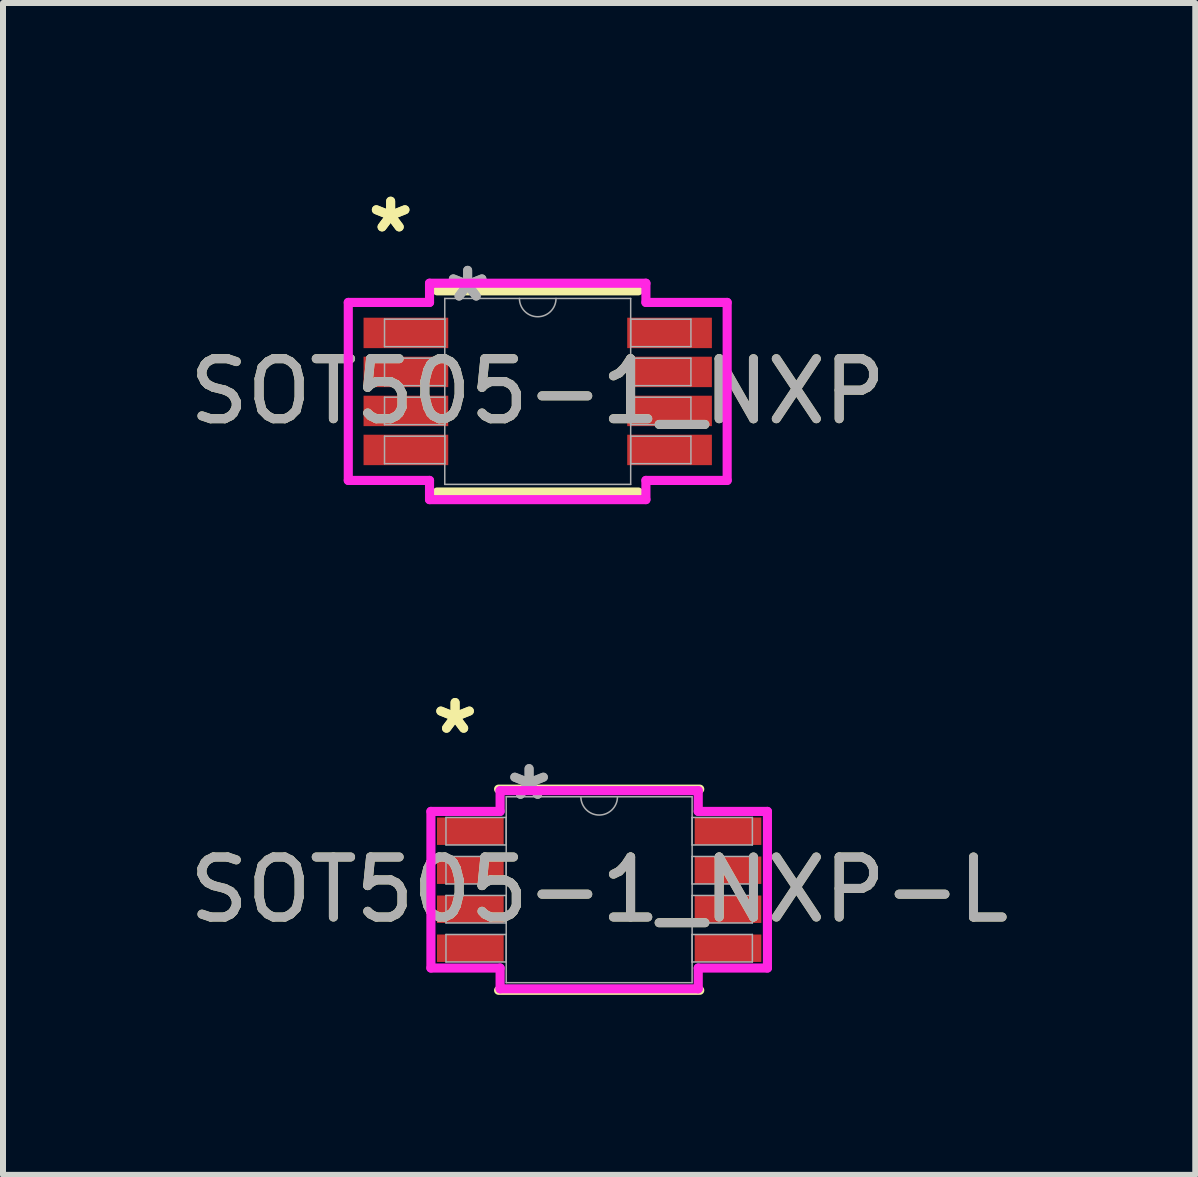
<source format=kicad_pcb>
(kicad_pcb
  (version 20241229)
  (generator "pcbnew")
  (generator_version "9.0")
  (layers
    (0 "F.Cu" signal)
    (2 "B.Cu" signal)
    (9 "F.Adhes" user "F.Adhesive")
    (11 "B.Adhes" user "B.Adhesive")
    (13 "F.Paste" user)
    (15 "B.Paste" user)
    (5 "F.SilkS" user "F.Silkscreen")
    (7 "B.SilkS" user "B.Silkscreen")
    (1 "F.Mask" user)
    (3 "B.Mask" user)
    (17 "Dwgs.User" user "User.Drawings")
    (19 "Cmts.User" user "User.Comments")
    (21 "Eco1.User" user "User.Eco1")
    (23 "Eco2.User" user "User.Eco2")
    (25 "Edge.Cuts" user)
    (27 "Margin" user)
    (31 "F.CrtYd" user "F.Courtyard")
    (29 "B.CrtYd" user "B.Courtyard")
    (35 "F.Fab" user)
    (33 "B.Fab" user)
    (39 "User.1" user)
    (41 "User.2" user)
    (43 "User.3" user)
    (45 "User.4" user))
  (footprint "SOT505-1_NXP-L"
    (layer "F.Cu")
    (at 6.935 11.777)
    (property "Reference" "SOT505-1_NXP-L" (at 0 0 0) (unlocked yes) (layer "F.SilkS") (effects (font (size 1 1) (thickness 0.15))))
    (attr smd)
    (fp_line (start -1.676 1.676) (end 1.676 1.676) (stroke (width 0.152) (type solid)) (layer "F.SilkS"))
    (fp_line (start 1.676 -1.676) (end -1.676 -1.676) (stroke (width 0.152) (type solid)) (layer "F.SilkS"))
    (fp_line (start -2.804 -1.305) (end -1.651 -1.305) (stroke (width 0.152) (type solid)) (layer "F.CrtYd"))
    (fp_line (start -2.804 1.305) (end -2.804 -1.305) (stroke (width 0.152) (type solid)) (layer "F.CrtYd"))
    (fp_line (start -2.804 1.305) (end -1.651 1.305) (stroke (width 0.152) (type solid)) (layer "F.CrtYd"))
    (fp_line (start -1.651 -1.651) (end 1.651 -1.651) (stroke (width 0.152) (type solid)) (layer "F.CrtYd"))
    (fp_line (start -1.651 -1.305) (end -1.651 -1.651) (stroke (width 0.152) (type solid)) (layer "F.CrtYd"))
    (fp_line (start -1.651 1.651) (end -1.651 1.305) (stroke (width 0.152) (type solid)) (layer "F.CrtYd"))
    (fp_line (start 1.651 -1.651) (end 1.651 -1.305) (stroke (width 0.152) (type solid)) (layer "F.CrtYd"))
    (fp_line (start 1.651 1.305) (end 1.651 1.651) (stroke (width 0.152) (type solid)) (layer "F.CrtYd"))
    (fp_line (start 1.651 1.651) (end -1.651 1.651) (stroke (width 0.152) (type solid)) (layer "F.CrtYd"))
    (fp_line (start 2.804 -1.305) (end 1.651 -1.305) (stroke (width 0.152) (type solid)) (layer "F.CrtYd"))
    (fp_line (start 2.804 -1.305) (end 2.804 1.305) (stroke (width 0.152) (type solid)) (layer "F.CrtYd"))
    (fp_line (start 2.804 1.305) (end 1.651 1.305) (stroke (width 0.152) (type solid)) (layer "F.CrtYd"))
    (fp_line (start -2.553 -1.204) (end -2.553 -0.746) (stroke (width 0.025) (type solid)) (layer "F.Fab"))
    (fp_line (start -2.553 -0.746) (end -1.549 -0.746) (stroke (width 0.025) (type solid)) (layer "F.Fab"))
    (fp_line (start -2.553 -0.554) (end -2.553 -0.096) (stroke (width 0.025) (type solid)) (layer "F.Fab"))
    (fp_line (start -2.553 -0.096) (end -1.549 -0.096) (stroke (width 0.025) (type solid)) (layer "F.Fab"))
    (fp_line (start -2.553 0.096) (end -2.553 0.554) (stroke (width 0.025) (type solid)) (layer "F.Fab"))
    (fp_line (start -2.553 0.554) (end -1.549 0.554) (stroke (width 0.025) (type solid)) (layer "F.Fab"))
    (fp_line (start -2.553 0.746) (end -2.553 1.204) (stroke (width 0.025) (type solid)) (layer "F.Fab"))
    (fp_line (start -2.553 1.204) (end -1.549 1.204) (stroke (width 0.025) (type solid)) (layer "F.Fab"))
    (fp_line (start -1.549 -1.549) (end -1.549 1.549) (stroke (width 0.025) (type solid)) (layer "F.Fab"))
    (fp_line (start -1.549 -1.204) (end -2.553 -1.204) (stroke (width 0.025) (type solid)) (layer "F.Fab"))
    (fp_line (start -1.549 -0.746) (end -1.549 -1.204) (stroke (width 0.025) (type solid)) (layer "F.Fab"))
    (fp_line (start -1.549 -0.554) (end -2.553 -0.554) (stroke (width 0.025) (type solid)) (layer "F.Fab"))
    (fp_line (start -1.549 -0.096) (end -1.549 -0.554) (stroke (width 0.025) (type solid)) (layer "F.Fab"))
    (fp_line (start -1.549 0.096) (end -2.553 0.096) (stroke (width 0.025) (type solid)) (layer "F.Fab"))
    (fp_line (start -1.549 0.554) (end -1.549 0.096) (stroke (width 0.025) (type solid)) (layer "F.Fab"))
    (fp_line (start -1.549 0.746) (end -2.553 0.746) (stroke (width 0.025) (type solid)) (layer "F.Fab"))
    (fp_line (start -1.549 1.204) (end -1.549 0.746) (stroke (width 0.025) (type solid)) (layer "F.Fab"))
    (fp_line (start -1.549 1.549) (end 1.549 1.549) (stroke (width 0.025) (type solid)) (layer "F.Fab"))
    (fp_line (start 1.549 -1.549) (end -1.549 -1.549) (stroke (width 0.025) (type solid)) (layer "F.Fab"))
    (fp_line (start 1.549 -1.204) (end 1.549 -0.746) (stroke (width 0.025) (type solid)) (layer "F.Fab"))
    (fp_line (start 1.549 -0.746) (end 2.553 -0.746) (stroke (width 0.025) (type solid)) (layer "F.Fab"))
    (fp_line (start 1.549 -0.554) (end 1.549 -0.096) (stroke (width 0.025) (type solid)) (layer "F.Fab"))
    (fp_line (start 1.549 -0.096) (end 2.553 -0.096) (stroke (width 0.025) (type solid)) (layer "F.Fab"))
    (fp_line (start 1.549 0.096) (end 1.549 0.554) (stroke (width 0.025) (type solid)) (layer "F.Fab"))
    (fp_line (start 1.549 0.554) (end 2.553 0.554) (stroke (width 0.025) (type solid)) (layer "F.Fab"))
    (fp_line (start 1.549 0.746) (end 1.549 1.204) (stroke (width 0.025) (type solid)) (layer "F.Fab"))
    (fp_line (start 1.549 1.204) (end 2.553 1.204) (stroke (width 0.025) (type solid)) (layer "F.Fab"))
    (fp_line (start 1.549 1.549) (end 1.549 -1.549) (stroke (width 0.025) (type solid)) (layer "F.Fab"))
    (fp_line (start 2.553 -1.204) (end 1.549 -1.204) (stroke (width 0.025) (type solid)) (layer "F.Fab"))
    (fp_line (start 2.553 -0.746) (end 2.553 -1.204) (stroke (width 0.025) (type solid)) (layer "F.Fab"))
    (fp_line (start 2.553 -0.554) (end 1.549 -0.554) (stroke (width 0.025) (type solid)) (layer "F.Fab"))
    (fp_line (start 2.553 -0.096) (end 2.553 -0.554) (stroke (width 0.025) (type solid)) (layer "F.Fab"))
    (fp_line (start 2.553 0.096) (end 1.549 0.096) (stroke (width 0.025) (type solid)) (layer "F.Fab"))
    (fp_line (start 2.553 0.554) (end 2.553 0.096) (stroke (width 0.025) (type solid)) (layer "F.Fab"))
    (fp_line (start 2.553 0.746) (end 1.549 0.746) (stroke (width 0.025) (type solid)) (layer "F.Fab"))
    (fp_line (start 2.553 1.204) (end 2.553 0.746) (stroke (width 0.025) (type solid)) (layer "F.Fab"))
    (fp_arc (start 0.3048 -1.5494) (mid 0 -1.2446) (end -0.3048 -1.5494) (stroke (width 0.0254) (type solid)) (layer "F.Fab"))
    (fp_text user "*" (at -2.401 -2.575 0) (unlocked yes) (layer "F.SilkS") (effects (font (size 1 1) (thickness 0.15))))
    (fp_text user "*" (at -2.401 -2.575 0) (layer "F.SilkS") (effects (font (size 1 1) (thickness 0.15))))
    (fp_text user "*" (at -1.168 -1.473 0) (unlocked yes) (layer "F.Fab") (effects (font (size 1 1) (thickness 0.15))))
    (fp_text user "${REFERENCE}" (at 0 0 0) (unlocked yes) (layer "F.Fab") (effects (font (size 1 1) (thickness 0.15))))
    (fp_text user "*" (at -1.168 -1.473 0) (layer "F.Fab") (effects (font (size 1 1) (thickness 0.15))))
    (pad "1" smd rect (at -2.147 -0.975) (size 1.111 0.457) (layers "F.Cu" "F.Mask" "F.Paste"))
    (pad "2" smd rect (at -2.147 -0.325) (size 1.111 0.457) (layers "F.Cu" "F.Mask" "F.Paste"))
    (pad "3" smd rect (at -2.147 0.325) (size 1.111 0.457) (layers "F.Cu" "F.Mask" "F.Paste"))
    (pad "4" smd rect (at -2.147 0.975) (size 1.111 0.457) (layers "F.Cu" "F.Mask" "F.Paste"))
    (pad "5" smd rect (at 2.147 0.975) (size 1.111 0.457) (layers "F.Cu" "F.Mask" "F.Paste"))
    (pad "6" smd rect (at 2.147 0.325) (size 1.111 0.457) (layers "F.Cu" "F.Mask" "F.Paste"))
    (pad "7" smd rect (at 2.147 -0.325) (size 1.111 0.457) (layers "F.Cu" "F.Mask" "F.Paste"))
    (pad "8" smd rect (at 2.147 -0.975) (size 1.111 0.457) (layers "F.Cu" "F.Mask" "F.Paste")))
  (footprint "SOT505-1_NXP"
    (layer "F.Cu")
    (at 5.911 3.473)
    (property "Reference" "SOT505-1_NXP" (at 0 0 0) (unlocked yes) (layer "F.SilkS") (effects (font (size 1 1) (thickness 0.15))))
    (attr smd)
    (fp_line (start -1.676 1.676) (end 1.676 1.676) (stroke (width 0.152) (type solid)) (layer "F.SilkS"))
    (fp_line (start 1.676 -1.676) (end -1.676 -1.676) (stroke (width 0.152) (type solid)) (layer "F.SilkS"))
    (fp_line (start -3.157 -1.483) (end -1.803 -1.483) (stroke (width 0.152) (type solid)) (layer "F.CrtYd"))
    (fp_line (start -3.157 1.483) (end -3.157 -1.483) (stroke (width 0.152) (type solid)) (layer "F.CrtYd"))
    (fp_line (start -3.157 1.483) (end -1.803 1.483) (stroke (width 0.152) (type solid)) (layer "F.CrtYd"))
    (fp_line (start -1.803 -1.803) (end 1.803 -1.803) (stroke (width 0.152) (type solid)) (layer "F.CrtYd"))
    (fp_line (start -1.803 -1.483) (end -1.803 -1.803) (stroke (width 0.152) (type solid)) (layer "F.CrtYd"))
    (fp_line (start -1.803 1.803) (end -1.803 1.483) (stroke (width 0.152) (type solid)) (layer "F.CrtYd"))
    (fp_line (start 1.803 -1.803) (end 1.803 -1.483) (stroke (width 0.152) (type solid)) (layer "F.CrtYd"))
    (fp_line (start 1.803 1.483) (end 1.803 1.803) (stroke (width 0.152) (type solid)) (layer "F.CrtYd"))
    (fp_line (start 1.803 1.803) (end -1.803 1.803) (stroke (width 0.152) (type solid)) (layer "F.CrtYd"))
    (fp_line (start 3.157 -1.483) (end 1.803 -1.483) (stroke (width 0.152) (type solid)) (layer "F.CrtYd"))
    (fp_line (start 3.157 -1.483) (end 3.157 1.483) (stroke (width 0.152) (type solid)) (layer "F.CrtYd"))
    (fp_line (start 3.157 1.483) (end 1.803 1.483) (stroke (width 0.152) (type solid)) (layer "F.CrtYd"))
    (fp_line (start -2.553 -1.204) (end -2.553 -0.746) (stroke (width 0.025) (type solid)) (layer "F.Fab"))
    (fp_line (start -2.553 -0.746) (end -1.549 -0.746) (stroke (width 0.025) (type solid)) (layer "F.Fab"))
    (fp_line (start -2.553 -0.554) (end -2.553 -0.096) (stroke (width 0.025) (type solid)) (layer "F.Fab"))
    (fp_line (start -2.553 -0.096) (end -1.549 -0.096) (stroke (width 0.025) (type solid)) (layer "F.Fab"))
    (fp_line (start -2.553 0.096) (end -2.553 0.554) (stroke (width 0.025) (type solid)) (layer "F.Fab"))
    (fp_line (start -2.553 0.554) (end -1.549 0.554) (stroke (width 0.025) (type solid)) (layer "F.Fab"))
    (fp_line (start -2.553 0.746) (end -2.553 1.204) (stroke (width 0.025) (type solid)) (layer "F.Fab"))
    (fp_line (start -2.553 1.204) (end -1.549 1.204) (stroke (width 0.025) (type solid)) (layer "F.Fab"))
    (fp_line (start -1.549 -1.549) (end -1.549 1.549) (stroke (width 0.025) (type solid)) (layer "F.Fab"))
    (fp_line (start -1.549 -1.204) (end -2.553 -1.204) (stroke (width 0.025) (type solid)) (layer "F.Fab"))
    (fp_line (start -1.549 -0.746) (end -1.549 -1.204) (stroke (width 0.025) (type solid)) (layer "F.Fab"))
    (fp_line (start -1.549 -0.554) (end -2.553 -0.554) (stroke (width 0.025) (type solid)) (layer "F.Fab"))
    (fp_line (start -1.549 -0.096) (end -1.549 -0.554) (stroke (width 0.025) (type solid)) (layer "F.Fab"))
    (fp_line (start -1.549 0.096) (end -2.553 0.096) (stroke (width 0.025) (type solid)) (layer "F.Fab"))
    (fp_line (start -1.549 0.554) (end -1.549 0.096) (stroke (width 0.025) (type solid)) (layer "F.Fab"))
    (fp_line (start -1.549 0.746) (end -2.553 0.746) (stroke (width 0.025) (type solid)) (layer "F.Fab"))
    (fp_line (start -1.549 1.204) (end -1.549 0.746) (stroke (width 0.025) (type solid)) (layer "F.Fab"))
    (fp_line (start -1.549 1.549) (end 1.549 1.549) (stroke (width 0.025) (type solid)) (layer "F.Fab"))
    (fp_line (start 1.549 -1.549) (end -1.549 -1.549) (stroke (width 0.025) (type solid)) (layer "F.Fab"))
    (fp_line (start 1.549 -1.204) (end 1.549 -0.746) (stroke (width 0.025) (type solid)) (layer "F.Fab"))
    (fp_line (start 1.549 -0.746) (end 2.553 -0.746) (stroke (width 0.025) (type solid)) (layer "F.Fab"))
    (fp_line (start 1.549 -0.554) (end 1.549 -0.096) (stroke (width 0.025) (type solid)) (layer "F.Fab"))
    (fp_line (start 1.549 -0.096) (end 2.553 -0.096) (stroke (width 0.025) (type solid)) (layer "F.Fab"))
    (fp_line (start 1.549 0.096) (end 1.549 0.554) (stroke (width 0.025) (type solid)) (layer "F.Fab"))
    (fp_line (start 1.549 0.554) (end 2.553 0.554) (stroke (width 0.025) (type solid)) (layer "F.Fab"))
    (fp_line (start 1.549 0.746) (end 1.549 1.204) (stroke (width 0.025) (type solid)) (layer "F.Fab"))
    (fp_line (start 1.549 1.204) (end 2.553 1.204) (stroke (width 0.025) (type solid)) (layer "F.Fab"))
    (fp_line (start 1.549 1.549) (end 1.549 -1.549) (stroke (width 0.025) (type solid)) (layer "F.Fab"))
    (fp_line (start 2.553 -1.204) (end 1.549 -1.204) (stroke (width 0.025) (type solid)) (layer "F.Fab"))
    (fp_line (start 2.553 -0.746) (end 2.553 -1.204) (stroke (width 0.025) (type solid)) (layer "F.Fab"))
    (fp_line (start 2.553 -0.554) (end 1.549 -0.554) (stroke (width 0.025) (type solid)) (layer "F.Fab"))
    (fp_line (start 2.553 -0.096) (end 2.553 -0.554) (stroke (width 0.025) (type solid)) (layer "F.Fab"))
    (fp_line (start 2.553 0.096) (end 1.549 0.096) (stroke (width 0.025) (type solid)) (layer "F.Fab"))
    (fp_line (start 2.553 0.554) (end 2.553 0.096) (stroke (width 0.025) (type solid)) (layer "F.Fab"))
    (fp_line (start 2.553 0.746) (end 1.549 0.746) (stroke (width 0.025) (type solid)) (layer "F.Fab"))
    (fp_line (start 2.553 1.204) (end 2.553 0.746) (stroke (width 0.025) (type solid)) (layer "F.Fab"))
    (fp_arc (start 0.3048 -1.5494) (mid 0 -1.2446) (end -0.3048 -1.5494) (stroke (width 0.0254) (type solid)) (layer "F.Fab"))
    (fp_text user "*" (at -2.451 -2.625 0) (unlocked yes) (layer "F.SilkS") (effects (font (size 1 1) (thickness 0.15))))
    (fp_text user "*" (at -2.451 -2.625 0) (layer "F.SilkS") (effects (font (size 1 1) (thickness 0.15))))
    (fp_text user "${REFERENCE}" (at 0 0 0) (unlocked yes) (layer "F.Fab") (effects (font (size 1 1) (thickness 0.15))))
    (fp_text user "*" (at -1.168 -1.473 0) (unlocked yes) (layer "F.Fab") (effects (font (size 1 1) (thickness 0.15))))
    (fp_text user "*" (at -1.168 -1.473 0) (layer "F.Fab") (effects (font (size 1 1) (thickness 0.15))))
    (pad "1" smd rect (at -2.197 -0.975) (size 1.411 0.507) (layers "F.Cu" "F.Mask" "F.Paste"))
    (pad "2" smd rect (at -2.197 -0.325) (size 1.411 0.507) (layers "F.Cu" "F.Mask" "F.Paste"))
    (pad "3" smd rect (at -2.197 0.325) (size 1.411 0.507) (layers "F.Cu" "F.Mask" "F.Paste"))
    (pad "4" smd rect (at -2.197 0.975) (size 1.411 0.507) (layers "F.Cu" "F.Mask" "F.Paste"))
    (pad "5" smd rect (at 2.197 0.975) (size 1.411 0.507) (layers "F.Cu" "F.Mask" "F.Paste"))
    (pad "6" smd rect (at 2.197 0.325) (size 1.411 0.507) (layers "F.Cu" "F.Mask" "F.Paste"))
    (pad "7" smd rect (at 2.197 -0.325) (size 1.411 0.507) (layers "F.Cu" "F.Mask" "F.Paste"))
    (pad "8" smd rect (at 2.197 -0.975) (size 1.411 0.507) (layers "F.Cu" "F.Mask" "F.Paste")))
  (gr_rect
    (start -3 -3)
    (end 16.869 16.529)
    (stroke (width 0.1) (type default))
    (fill no)
    (layer "Edge.Cuts")))
</source>
